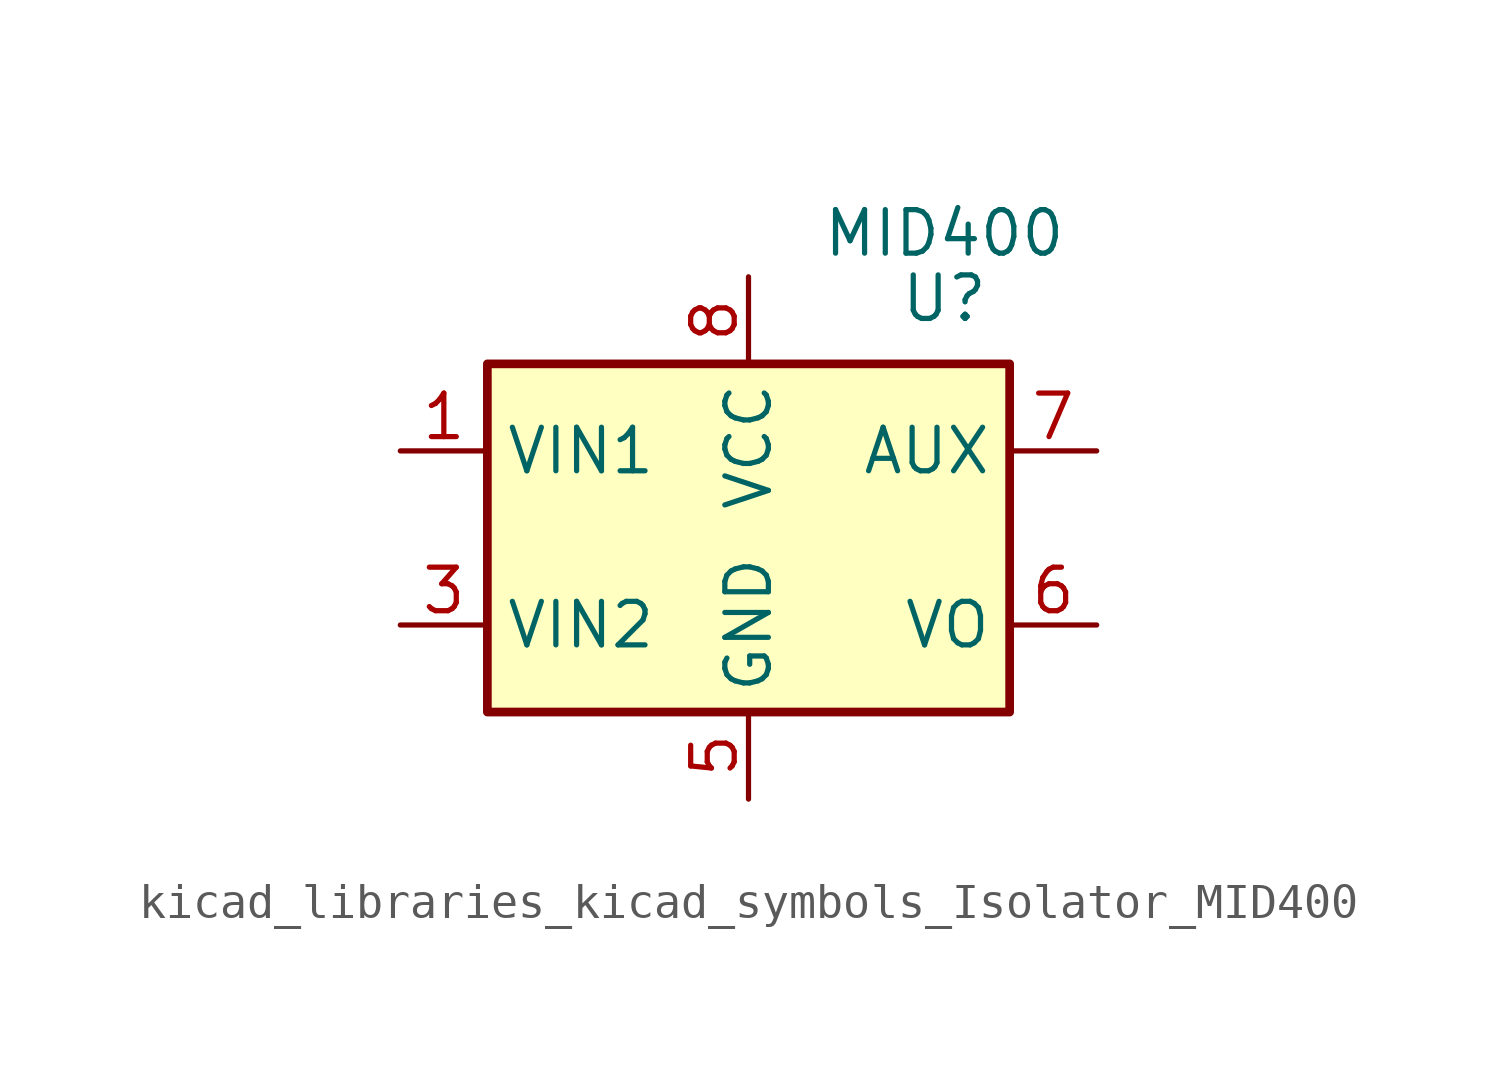
<source format=kicad_sym>
(kicad_symbol_lib
  (version 20220914)
  (generator kicad_symbol_editor)
  (symbol "kicad_libraries_kicad_symbols_Isolator_MID400"
    (property "Reference" "U"
      (at 5.715 6.985 0)
      (effects (font (size 1.27 1.27))))
    (property "Value" "MID400"
      (at 5.715 8.89 0)
      (effects (font (size 1.27 1.27))))
    (symbol "kicad_libraries_kicad_symbols_Isolator_MID400_0_1"
      (rectangle (start -7.62 5.08) (end 7.62 -5.08) (stroke (width 0.254) (type default)) (fill (type background))))
    (symbol "kicad_libraries_kicad_symbols_Isolator_MID400_1_1"
      (pin input line (at -10.16 2.54 0) (length 2.54) (name "VIN1" (effects (font (size 1.27 1.27)))) (number "1" (effects (font (size 1.27 1.27)))))
      (pin no_connect line (at -7.62 0 0) (length 2.54) hide (name "NC" (effects (font (size 1.27 1.27)))) (number "2" (effects (font (size 1.27 1.27)))))
      (pin input line (at -10.16 -2.54 0) (length 2.54) (name "VIN2" (effects (font (size 1.27 1.27)))) (number "3" (effects (font (size 1.27 1.27)))))
      (pin no_connect line (at 7.62 0 180) (length 2.54) hide (name "NC" (effects (font (size 1.27 1.27)))) (number "4" (effects (font (size 1.27 1.27)))))
      (pin power_in line (at 0 -7.62 90) (length 2.54) (name "GND" (effects (font (size 1.27 1.27)))) (number "5" (effects (font (size 1.27 1.27)))))
      (pin open_collector line (at 10.16 -2.54 180) (length 2.54) (name "VO" (effects (font (size 1.27 1.27)))) (number "6" (effects (font (size 1.27 1.27)))))
      (pin passive line (at 10.16 2.54 180) (length 2.54) (name "AUX" (effects (font (size 1.27 1.27)))) (number "7" (effects (font (size 1.27 1.27)))))
      (pin power_in line (at 0 7.62 270) (length 2.54) (name "VCC" (effects (font (size 1.27 1.27)))) (number "8" (effects (font (size 1.27 1.27))))))))
</source>
